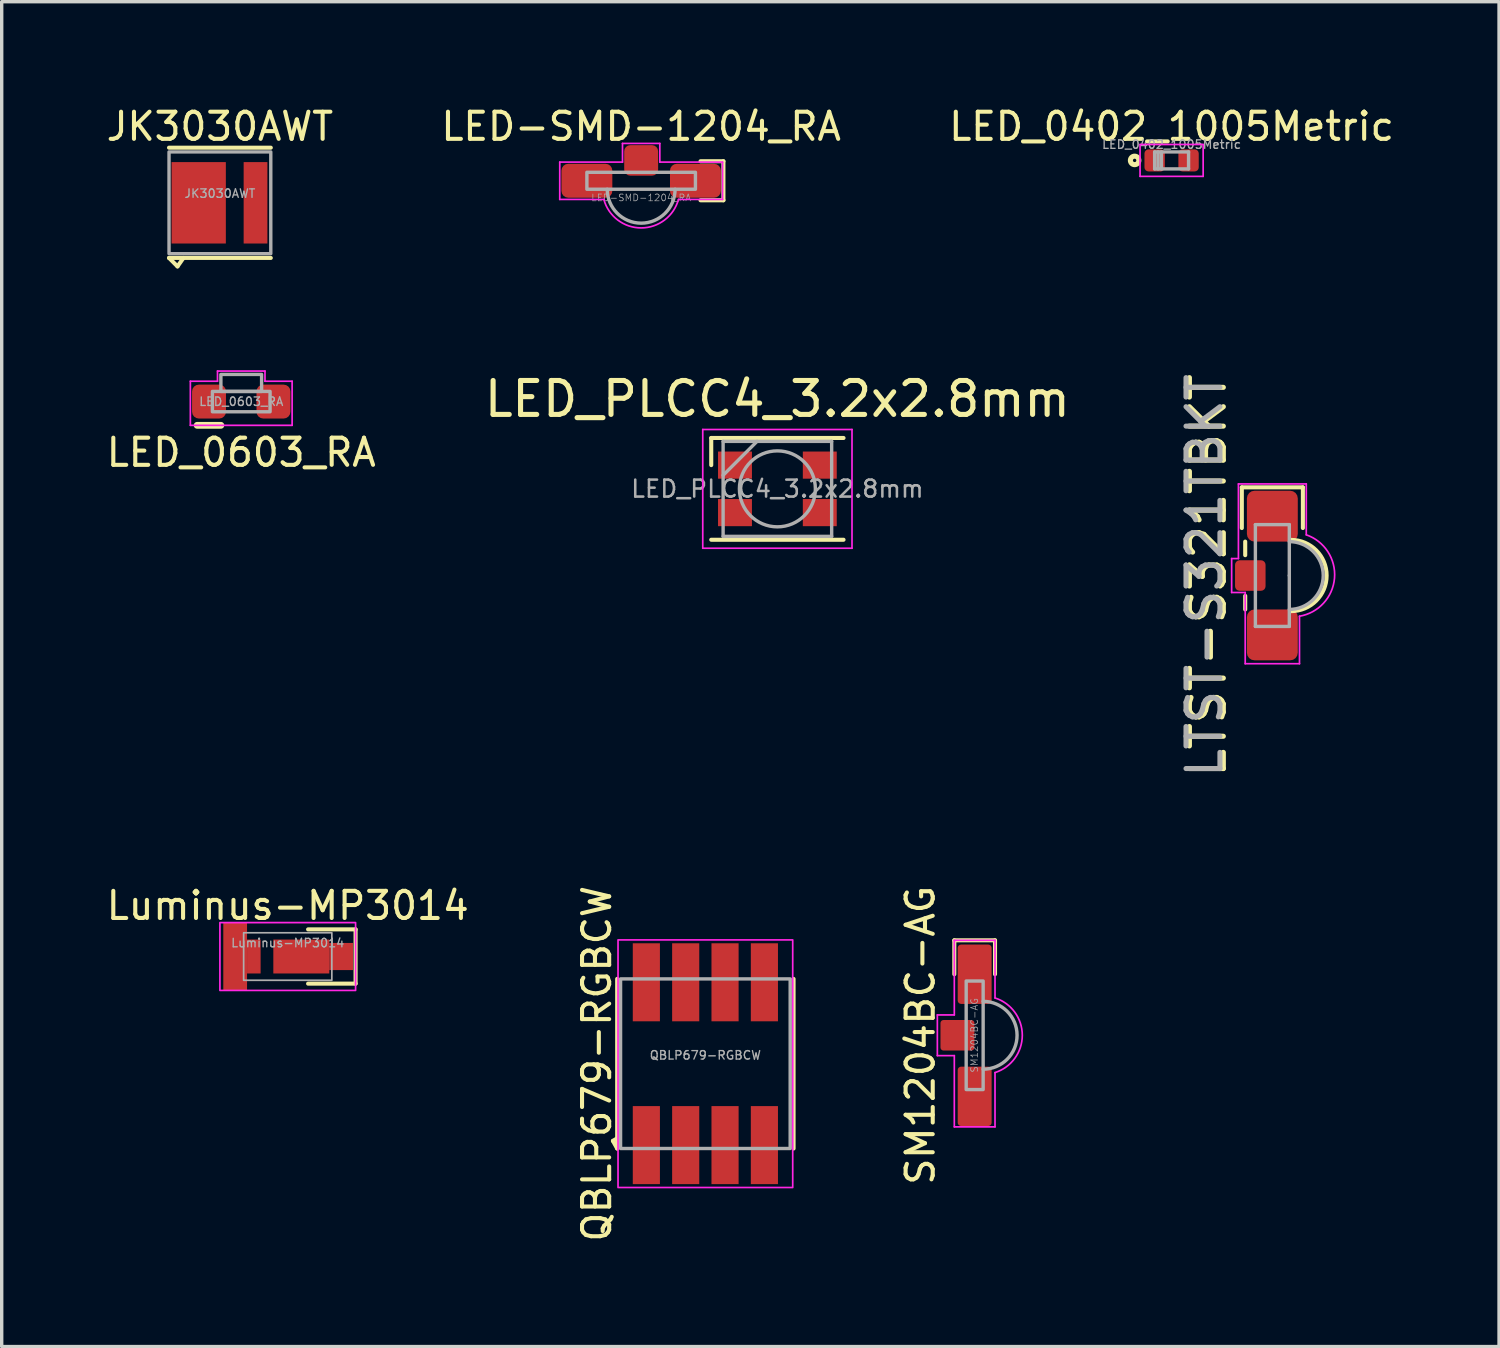
<source format=kicad_pcb>
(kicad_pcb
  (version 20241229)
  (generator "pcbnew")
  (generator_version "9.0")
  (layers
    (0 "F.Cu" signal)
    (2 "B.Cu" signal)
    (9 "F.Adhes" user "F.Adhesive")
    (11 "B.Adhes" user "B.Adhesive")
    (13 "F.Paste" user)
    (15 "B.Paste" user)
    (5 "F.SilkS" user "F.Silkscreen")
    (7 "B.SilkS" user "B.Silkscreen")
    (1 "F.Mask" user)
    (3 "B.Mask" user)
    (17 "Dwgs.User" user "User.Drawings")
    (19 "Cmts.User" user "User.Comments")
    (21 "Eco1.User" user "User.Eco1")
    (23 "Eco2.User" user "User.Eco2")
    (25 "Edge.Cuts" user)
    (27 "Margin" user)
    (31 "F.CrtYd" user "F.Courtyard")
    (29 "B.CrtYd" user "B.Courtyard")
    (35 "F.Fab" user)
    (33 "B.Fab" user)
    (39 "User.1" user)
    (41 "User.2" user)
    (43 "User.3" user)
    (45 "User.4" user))
  (footprint "LED-SMD-1204_RA"
    (layer "F.Cu")
    (at 15.852 2.279)
    (property "Reference" "LED-SMD-1204_RA" (at 0 -1.6 0) (unlocked yes) (layer "F.SilkS") (effects (font (size 0.8 0.8) (thickness 0.12))))
    (attr smd)
    (fp_line (start 1.75 -0.575) (end 2.425 -0.575) (stroke (width 0.12) (type solid)) (layer "F.SilkS"))
    (fp_line (start 2.425 -0.575) (end 2.425 0.575) (stroke (width 0.12) (type solid)) (layer "F.SilkS"))
    (fp_line (start 2.425 0.575) (end 1.75 0.575) (stroke (width 0.12) (type solid)) (layer "F.SilkS"))
    (fp_line (start -2.4 -0.55) (end -0.55 -0.55) (stroke (width 0.05) (type solid)) (layer "F.CrtYd"))
    (fp_line (start -2.4 0.55) (end -2.4 -0.55) (stroke (width 0.05) (type solid)) (layer "F.CrtYd"))
    (fp_line (start -1.1 0.55) (end -2.4 0.55) (stroke (width 0.05) (type solid)) (layer "F.CrtYd"))
    (fp_line (start -0.55 -1.1) (end 0.55 -1.1) (stroke (width 0.05) (type solid)) (layer "F.CrtYd"))
    (fp_line (start -0.55 -0.55) (end -0.55 -1.1) (stroke (width 0.05) (type solid)) (layer "F.CrtYd"))
    (fp_line (start 0.55 -1.1) (end 0.55 -0.55) (stroke (width 0.05) (type solid)) (layer "F.CrtYd"))
    (fp_line (start 0.55 -0.55) (end 2.4 -0.55) (stroke (width 0.05) (type solid)) (layer "F.CrtYd"))
    (fp_line (start 2.4 -0.55) (end 2.4 0.55) (stroke (width 0.05) (type solid)) (layer "F.CrtYd"))
    (fp_line (start 2.4 0.55) (end 1.1 0.55) (stroke (width 0.05) (type solid)) (layer "F.CrtYd"))
    (fp_arc (start 1.1 0.55) (mid 0 1.390175) (end -1.1 0.55) (stroke (width 0.05) (type solid)) (layer "F.CrtYd"))
    (fp_rect (start -1.6 -0.25) (end 1.6 0.25) (stroke (width 0.1) (type solid)) (fill no) (layer "F.Fab"))
    (fp_arc (start 1 0.25) (mid 0 1.25) (end -1 0.25) (stroke (width 0.1) (type solid)) (layer "F.Fab"))
    (fp_text user "${REFERENCE}" (at 0 0.5 0) (unlocked yes) (layer "F.Fab") (effects (font (size 0.2 0.2) (thickness 0.02))))
    (pad "" smd roundrect (at 0 -0.6) (size 1 0.9) (layers "F.Cu" "F.Mask" "F.Paste") (roundrect_rratio 0.2))
    (pad "1" smd roundrect (at -1.6 0) (size 1.5 1) (layers "F.Cu" "F.Mask" "F.Paste") (roundrect_rratio 0.2))
    (pad "2" smd roundrect (at 1.6 0) (size 1.5 1) (layers "F.Cu" "F.Mask" "F.Paste") (roundrect_rratio 0.2)))
  (footprint "LTST-S321TBKT"
    (layer "F.Cu")
    (at 34.46 13.917)
    (property "Reference" "LTST-S321TBKT" (at -1.9 0 90) (unlocked yes) (layer "F.SilkS") (effects (font (size 1 1) (thickness 0.15))))
    (attr smd)
    (fp_line (start -0.9 -2.6) (end 0.9 -2.6) (stroke (width 0.12) (type solid)) (layer "F.SilkS"))
    (fp_line (start -0.9 -1.4) (end -0.9 -2.6) (stroke (width 0.12) (type solid)) (layer "F.SilkS"))
    (fp_line (start -0.8 -1) (end -0.8 -0.6) (stroke (width 0.12) (type solid)) (layer "F.SilkS"))
    (fp_line (start -0.8 0.6) (end -0.8 1) (stroke (width 0.12) (type solid)) (layer "F.SilkS"))
    (fp_line (start 0.9 -2.6) (end 0.9 -1.4) (stroke (width 0.12) (type solid)) (layer "F.SilkS"))
    (fp_arc (start 0.55 -1.05) (mid 1.6 0) (end 0.55 1.05) (stroke (width 0.12) (type solid)) (layer "F.SilkS"))
    (fp_line (start -1.2 -0.5) (end -1.2 0.5) (stroke (width 0.05) (type solid)) (layer "F.CrtYd"))
    (fp_line (start -1.2 0.5) (end -0.8 0.5) (stroke (width 0.05) (type solid)) (layer "F.CrtYd"))
    (fp_line (start -1 -2.7) (end -1 -0.5) (stroke (width 0.05) (type solid)) (layer "F.CrtYd"))
    (fp_line (start -1 -2.7) (end 1 -2.7) (stroke (width 0.05) (type solid)) (layer "F.CrtYd"))
    (fp_line (start -1 -0.5) (end -1.2 -0.5) (stroke (width 0.05) (type solid)) (layer "F.CrtYd"))
    (fp_line (start -0.8 0.5) (end -0.8 2.6) (stroke (width 0.05) (type solid)) (layer "F.CrtYd"))
    (fp_line (start -0.8 2.6) (end 0.8 2.6) (stroke (width 0.05) (type solid)) (layer "F.CrtYd"))
    (fp_line (start 0.8 2.6) (end 0.8 1.2) (stroke (width 0.05) (type solid)) (layer "F.CrtYd"))
    (fp_line (start 1 -2.7) (end 1 -1.2) (stroke (width 0.05) (type solid)) (layer "F.CrtYd"))
    (fp_arc (start 1 -1.2) (mid 1.832643 0.07772) (end 0.8 1.2) (stroke (width 0.05) (type solid)) (layer "F.CrtYd"))
    (fp_line (start -0.5 -1.5) (end 0.5 -1.5) (stroke (width 0.1) (type solid)) (layer "F.Fab"))
    (fp_line (start -0.5 1.5) (end -0.5 -1.5) (stroke (width 0.1) (type solid)) (layer "F.Fab"))
    (fp_line (start 0.5 -1.5) (end 0.5 0) (stroke (width 0.1) (type solid)) (layer "F.Fab"))
    (fp_line (start 0.5 0) (end 0.5 1.5) (stroke (width 0.1) (type solid)) (layer "F.Fab"))
    (fp_line (start 0.5 1.5) (end -0.5 1.5) (stroke (width 0.1) (type solid)) (layer "F.Fab"))
    (fp_arc (start 0.5 -1) (mid 1.5 0) (end 0.5 1) (stroke (width 0.1) (type solid)) (layer "F.Fab"))
    (fp_text user "${REFERENCE}" (at -2 0 90) (unlocked yes) (layer "F.Fab") (effects (font (size 1 1) (thickness 0.15))))
    (pad "1" smd roundrect (at 0 1.75) (size 1.5 1.5) (layers "F.Cu" "F.Mask" "F.Paste") (roundrect_rratio 0.15))
    (pad "2" smd roundrect (at 0 -1.75) (size 1.5 1.5) (layers "F.Cu" "F.Mask" "F.Paste") (roundrect_rratio 0.15))
    (pad "3" smd roundrect (at -0.65 0) (size 0.9 0.9) (layers "F.Cu" "F.Mask" "F.Paste") (roundrect_rratio 0.15)))
  (footprint "SM1204BC-AG"
    (layer "F.Cu")
    (at 25.684 27.471)
    (property "Reference" "SM1204BC-AG" (at -1.6 0 90) (unlocked yes) (layer "F.SilkS") (effects (font (size 0.8 0.8) (thickness 0.12))))
    (attr smd)
    (fp_line (start -0.6 -2.8) (end 0.6 -2.8) (stroke (width 0.12) (type solid)) (layer "F.SilkS"))
    (fp_line (start -0.6 -1.8) (end -0.6 -2.8) (stroke (width 0.12) (type solid)) (layer "F.SilkS"))
    (fp_line (start 0.6 -2.8) (end 0.6 -1.8) (stroke (width 0.12) (type solid)) (layer "F.SilkS"))
    (fp_line (start -1.1 -0.6) (end -0.6 -0.6) (stroke (width 0.05) (type default)) (layer "F.CrtYd"))
    (fp_line (start -1.1 0.6) (end -1.1 -0.6) (stroke (width 0.05) (type default)) (layer "F.CrtYd"))
    (fp_line (start -0.6 -2.8) (end 0.6 -2.8) (stroke (width 0.05) (type default)) (layer "F.CrtYd"))
    (fp_line (start -0.6 -0.6) (end -0.6 -2.8) (stroke (width 0.05) (type default)) (layer "F.CrtYd"))
    (fp_line (start -0.6 0.6) (end -1.1 0.6) (stroke (width 0.05) (type default)) (layer "F.CrtYd"))
    (fp_line (start -0.6 2.7) (end -0.6 0.6) (stroke (width 0.05) (type default)) (layer "F.CrtYd"))
    (fp_line (start 0.6 -1.1) (end 0.6 -2.8) (stroke (width 0.05) (type default)) (layer "F.CrtYd"))
    (fp_line (start 0.6 1.1) (end 0.6 2.7) (stroke (width 0.05) (type default)) (layer "F.CrtYd"))
    (fp_line (start 0.6 2.7) (end -0.6 2.7) (stroke (width 0.05) (type default)) (layer "F.CrtYd"))
    (fp_arc (start 0.6 -1.099999) (mid 1.404339 0) (end 0.6 1.099999) (stroke (width 0.05) (type default)) (layer "F.CrtYd"))
    (fp_rect (start -0.25 -1.6) (end 0.25 1.6) (stroke (width 0.1) (type solid)) (fill no) (layer "F.Fab"))
    (fp_arc (start 0.25 -1) (mid 1.25 0) (end 0.25 1) (stroke (width 0.1) (type solid)) (layer "F.Fab"))
    (fp_text user "${REFERENCE}" (at -0.008 0 90) (unlocked yes) (layer "F.Fab") (effects (font (size 0.2 0.2) (thickness 0.02))))
    (pad "1" smd roundrect (at 0 1.8) (size 1 1.75) (layers "F.Cu" "F.Mask" "F.Paste") (roundrect_rratio 0.1))
    (pad "2" smd roundrect (at -0.508 0) (size 1 0.9) (layers "F.Cu" "F.Mask" "F.Paste") (roundrect_rratio 0.1))
    (pad "3" smd roundrect (at 0 -1.8) (size 1 1.75) (layers "F.Cu" "F.Mask" "F.Paste") (roundrect_rratio 0.1)))
  (footprint "LED_0402_1005Metric"
    (layer "F.Cu")
    (at 31.49 1.679)
    (property "Reference" "LED_0402_1005Metric" (at 0 -1 0) (layer "F.SilkS") (effects (font (size 0.8 0.8) (thickness 0.12))))
    (attr smd)
    (fp_circle (center -1.09 0) (end -1.04 0) (stroke (width 0.15) (type solid)) (fill no) (layer "F.SilkS"))
    (fp_line (start -0.93 -0.47) (end 0.93 -0.47) (stroke (width 0.05) (type solid)) (layer "F.CrtYd"))
    (fp_line (start -0.93 0.47) (end -0.93 -0.47) (stroke (width 0.05) (type solid)) (layer "F.CrtYd"))
    (fp_line (start 0.93 -0.47) (end 0.93 0.47) (stroke (width 0.05) (type solid)) (layer "F.CrtYd"))
    (fp_line (start 0.93 0.47) (end -0.93 0.47) (stroke (width 0.05) (type solid)) (layer "F.CrtYd"))
    (fp_line (start -0.5 -0.25) (end 0.5 -0.25) (stroke (width 0.1) (type solid)) (layer "F.Fab"))
    (fp_line (start -0.5 0.25) (end -0.5 -0.25) (stroke (width 0.1) (type solid)) (layer "F.Fab"))
    (fp_line (start -0.4 0.25) (end -0.4 -0.25) (stroke (width 0.1) (type solid)) (layer "F.Fab"))
    (fp_line (start -0.3 0.25) (end -0.3 -0.25) (stroke (width 0.1) (type solid)) (layer "F.Fab"))
    (fp_line (start 0.5 -0.25) (end 0.5 0.25) (stroke (width 0.1) (type solid)) (layer "F.Fab"))
    (fp_line (start 0.5 0.25) (end -0.5 0.25) (stroke (width 0.1) (type solid)) (layer "F.Fab"))
    (fp_text user "${REFERENCE}" (at 0 -0.47 0) (layer "F.Fab") (effects (font (size 0.25 0.25) (thickness 0.04))))
    (pad "1" smd roundrect (at -0.5 0) (size 0.6 0.65) (layers "F.Cu" "F.Mask" "F.Paste") (roundrect_rratio 0.2))
    (pad "2" smd roundrect (at 0.5 0) (size 0.6 0.65) (layers "F.Cu" "F.Mask" "F.Paste") (roundrect_rratio 0.2)))
  (footprint "LED_PLCC4_3.2x2.8mm"
    (layer "F.Cu")
    (at 19.868 11.362)
    (property "Reference" "LED_PLCC4_3.2x2.8mm" (at 0 -2.65 0) (layer "F.SilkS") (effects (font (size 1 1) (thickness 0.15))))
    (attr smd)
    (fp_line (start -1.95 -1.5) (end 1.95 -1.5) (stroke (width 0.12) (type solid)) (layer "F.SilkS"))
    (fp_line (start -1.95 -0.7) (end -1.95 -1.5) (stroke (width 0.12) (type solid)) (layer "F.SilkS"))
    (fp_line (start -1.95 1.5) (end 1.95 1.5) (stroke (width 0.12) (type solid)) (layer "F.SilkS"))
    (fp_line (start -2.2 -1.75) (end -2.2 1.75) (stroke (width 0.05) (type solid)) (layer "F.CrtYd"))
    (fp_line (start -2.2 1.75) (end 2.2 1.75) (stroke (width 0.05) (type solid)) (layer "F.CrtYd"))
    (fp_line (start 2.2 -1.75) (end -2.2 -1.75) (stroke (width 0.05) (type solid)) (layer "F.CrtYd"))
    (fp_line (start 2.2 1.75) (end 2.2 -1.75) (stroke (width 0.05) (type solid)) (layer "F.CrtYd"))
    (fp_line (start -1.6 -1.4) (end -1.6 1.4) (stroke (width 0.1) (type solid)) (layer "F.Fab"))
    (fp_line (start -1.6 1.4) (end 1.6 1.4) (stroke (width 0.1) (type solid)) (layer "F.Fab"))
    (fp_line (start -0.6 -1.4) (end -1.6 -0.4) (stroke (width 0.1) (type solid)) (layer "F.Fab"))
    (fp_line (start 1.6 -1.4) (end -1.6 -1.4) (stroke (width 0.1) (type solid)) (layer "F.Fab"))
    (fp_line (start 1.6 1.4) (end 1.6 -1.4) (stroke (width 0.1) (type solid)) (layer "F.Fab"))
    (fp_circle (center 0 0) (end 1.12 0) (stroke (width 0.1) (type solid)) (fill no) (layer "F.Fab"))
    (fp_text user "${REFERENCE}" (at 0 0 0) (layer "F.Fab") (effects (font (size 0.5 0.5) (thickness 0.075))))
    (pad "1" smd rect (at -1.25 -0.7) (size 1 0.8) (layers "F.Cu" "F.Mask" "F.Paste"))
    (pad "2" smd rect (at 1.25 -0.7) (size 1 0.8) (layers "F.Cu" "F.Mask" "F.Paste"))
    (pad "3" smd rect (at -1.25 0.7) (size 1 0.8) (layers "F.Cu" "F.Mask" "F.Paste"))
    (pad "4" smd rect (at 1.25 0.7) (size 1 0.8) (layers "F.Cu" "F.Mask" "F.Paste")))
  (footprint "Luminus-MP3014"
    (layer "F.Cu")
    (at 5.433 25.149)
    (property "Reference" "Luminus-MP3014" (at 0 -1.5 0) (unlocked yes) (layer "F.SilkS") (effects (font (size 0.8 0.8) (thickness 0.12))))
    (attr smd)
    (fp_line (start 0.6 -0.8) (end 2 -0.8) (stroke (width 0.12) (type solid)) (layer "F.SilkS"))
    (fp_line (start 2 -0.8) (end 2 0.8) (stroke (width 0.12) (type solid)) (layer "F.SilkS"))
    (fp_line (start 2 0.8) (end 0.6 0.8) (stroke (width 0.12) (type solid)) (layer "F.SilkS"))
    (fp_rect (start -2 -1) (end 2 1) (stroke (width 0.05) (type default)) (fill no) (layer "F.CrtYd"))
    (fp_rect (start -1.3 -0.7) (end 1.3 0.7) (stroke (width 0.05) (type solid)) (fill no) (layer "F.Fab"))
    (fp_text user "${REFERENCE}" (at 0 -0.4 0) (unlocked yes) (layer "F.Fab") (effects (font (size 0.25 0.25) (thickness 0.04))))
    (pad "1" smd rect (at 0.4 0) (size 1.65 1) (layers "F.Cu" "F.Mask" "F.Paste"))
    (pad "1" smd rect (at 1.575 0 180) (size 0.7 0.8) (layers "F.Cu" "F.Mask" "F.Paste"))
    (pad "2" smd rect (at -1.55 0) (size 0.7 2) (layers "F.Cu" "F.Mask" "F.Paste"))
    (pad "2" smd rect (at -1 0) (size 0.4 1) (layers "F.Cu" "F.Mask" "F.Paste")))
  (footprint "QBLP679-RGBCW"
    (layer "F.Cu")
    (at 17.745 28.309)
    (property "Reference" "QBLP679-RGBCW" (at -3.2 0 90) (unlocked yes) (layer "F.SilkS") (effects (font (size 0.8 0.8) (thickness 0.12))))
    (attr smd)
    (fp_line (start -2.725 2.275) (end -2.6 2.2) (stroke (width 0.12) (type solid)) (layer "F.SilkS"))
    (fp_line (start -2.6 -2.5) (end -2.6 2.5) (stroke (width 0.12) (type default)) (layer "F.SilkS"))
    (fp_line (start -2.6 2.5) (end -2.725 2.275) (stroke (width 0.12) (type solid)) (layer "F.SilkS"))
    (fp_line (start 2.6 -2.5) (end 2.6 2.5) (stroke (width 0.12) (type default)) (layer "F.SilkS"))
    (fp_rect (start -2.575 -3.65) (end 2.575 3.65) (stroke (width 0.05) (type default)) (fill no) (layer "F.CrtYd"))
    (fp_rect (start 2.5 -2.5) (end -2.5 2.5) (stroke (width 0.1) (type default)) (fill no) (layer "F.Fab"))
    (fp_text user "${REFERENCE}" (at 0 -0.25 0) (unlocked yes) (layer "F.Fab") (effects (font (size 0.25 0.25) (thickness 0.04))))
    (pad "1" smd rect (at -1.74 2.4) (size 0.8 2.3) (layers "F.Cu" "F.Mask" "F.Paste"))
    (pad "2" smd rect (at -0.58 2.4) (size 0.8 2.3) (layers "F.Cu" "F.Mask" "F.Paste"))
    (pad "3" smd rect (at 0.58 2.4) (size 0.8 2.3) (layers "F.Cu" "F.Mask" "F.Paste"))
    (pad "4" smd rect (at 1.74 2.4) (size 0.8 2.3) (layers "F.Cu" "F.Mask" "F.Paste"))
    (pad "5" smd rect (at 1.74 -2.4) (size 0.8 2.3) (layers "F.Cu" "F.Mask" "F.Paste"))
    (pad "6" smd rect (at 0.58 -2.4) (size 0.8 2.3) (layers "F.Cu" "F.Mask" "F.Paste"))
    (pad "7" smd rect (at -0.58 -2.4) (size 0.8 2.3) (layers "F.Cu" "F.Mask" "F.Paste"))
    (pad "8" smd rect (at -1.74 -2.4) (size 0.8 2.3) (layers "F.Cu" "F.Mask" "F.Paste")))
  (footprint "LED_0603_RA"
    (layer "F.Cu")
    (at 4.062 8.789)
    (property "Reference" "LED_0603_RA" (at 0 1.5 0) (unlocked yes) (layer "F.SilkS") (effects (font (size 0.8 0.8) (thickness 0.12))))
    (attr smd)
    (fp_line (start -1.3 0.7) (end -0.6 0.7) (stroke (width 0.2) (type default)) (layer "F.SilkS"))
    (fp_line (start -1.5 -0.6) (end -1.5 0.7) (stroke (width 0.05) (type default)) (layer "F.CrtYd"))
    (fp_line (start -1.5 0.7) (end 1.5 0.7) (stroke (width 0.05) (type default)) (layer "F.CrtYd"))
    (fp_line (start -0.7 -0.9) (end -0.7 -0.6) (stroke (width 0.05) (type default)) (layer "F.CrtYd"))
    (fp_line (start -0.7 -0.6) (end -1.5 -0.6) (stroke (width 0.05) (type default)) (layer "F.CrtYd"))
    (fp_line (start 0.7 -0.9) (end -0.7 -0.9) (stroke (width 0.05) (type default)) (layer "F.CrtYd"))
    (fp_line (start 0.7 -0.6) (end 0.7 -0.9) (stroke (width 0.05) (type default)) (layer "F.CrtYd"))
    (fp_line (start 1.5 -0.6) (end 0.7 -0.6) (stroke (width 0.05) (type default)) (layer "F.CrtYd"))
    (fp_line (start 1.5 0.7) (end 1.5 -0.6) (stroke (width 0.05) (type default)) (layer "F.CrtYd"))
    (fp_rect (start -0.85 -0.3) (end 0.85 0.3) (stroke (width 0.1) (type default)) (fill no) (layer "F.Fab"))
    (fp_rect (start -0.6 -0.8) (end 0.6 -0.3) (stroke (width 0.1) (type default)) (fill no) (layer "F.Fab"))
    (fp_text user "${REFERENCE}" (at 0 0 0) (unlocked yes) (layer "F.Fab") (effects (font (size 0.25 0.25) (thickness 0.04))))
    (pad "1" smd roundrect (at -0.95 0) (size 1 1) (layers "F.Cu" "F.Mask" "F.Paste") (roundrect_rratio 0.2))
    (pad "2" smd roundrect (at 0.95 0) (size 1 1) (layers "F.Cu" "F.Mask" "F.Paste") (roundrect_rratio 0.2)))
  (footprint "JK3030AWT"
    (layer "F.Cu")
    (at 3.433 2.929)
    (property "Reference" "JK3030AWT" (at 0 -2.25 0) (unlocked yes) (layer "F.SilkS") (effects (font (size 0.8 0.8) (thickness 0.12))))
    (attr smd)
    (fp_line (start -1.5 -1.625) (end 1.5 -1.625) (stroke (width 0.12) (type default)) (layer "F.SilkS"))
    (fp_line (start -1.5 1.625) (end -1.25 1.875) (stroke (width 0.12) (type default)) (layer "F.SilkS"))
    (fp_line (start -1.25 1.875) (end -1.075 1.625) (stroke (width 0.12) (type default)) (layer "F.SilkS"))
    (fp_line (start 1.5 1.625) (end -1.5 1.625) (stroke (width 0.12) (type default)) (layer "F.SilkS"))
    (fp_rect (start -1.5 -1.5) (end 1.5 1.5) (stroke (width 0.1) (type default)) (fill no) (layer "F.Fab"))
    (fp_text user "${REFERENCE}" (at 0 -0.275 0) (unlocked yes) (layer "F.Fab") (effects (font (size 0.25 0.25) (thickness 0.04))))
    (pad "1" smd rect (at -0.625 0) (size 1.6 2.4) (layers "F.Cu" "F.Mask" "F.Paste"))
    (pad "2" smd rect (at 1.05 0) (size 0.7 2.4) (layers "F.Cu" "F.Mask" "F.Paste")))
  (gr_rect
    (start -3 -3)
    (end 41.143 36.647)
    (stroke (width 0.1) (type default))
    (fill no)
    (layer "Edge.Cuts")))
</source>
